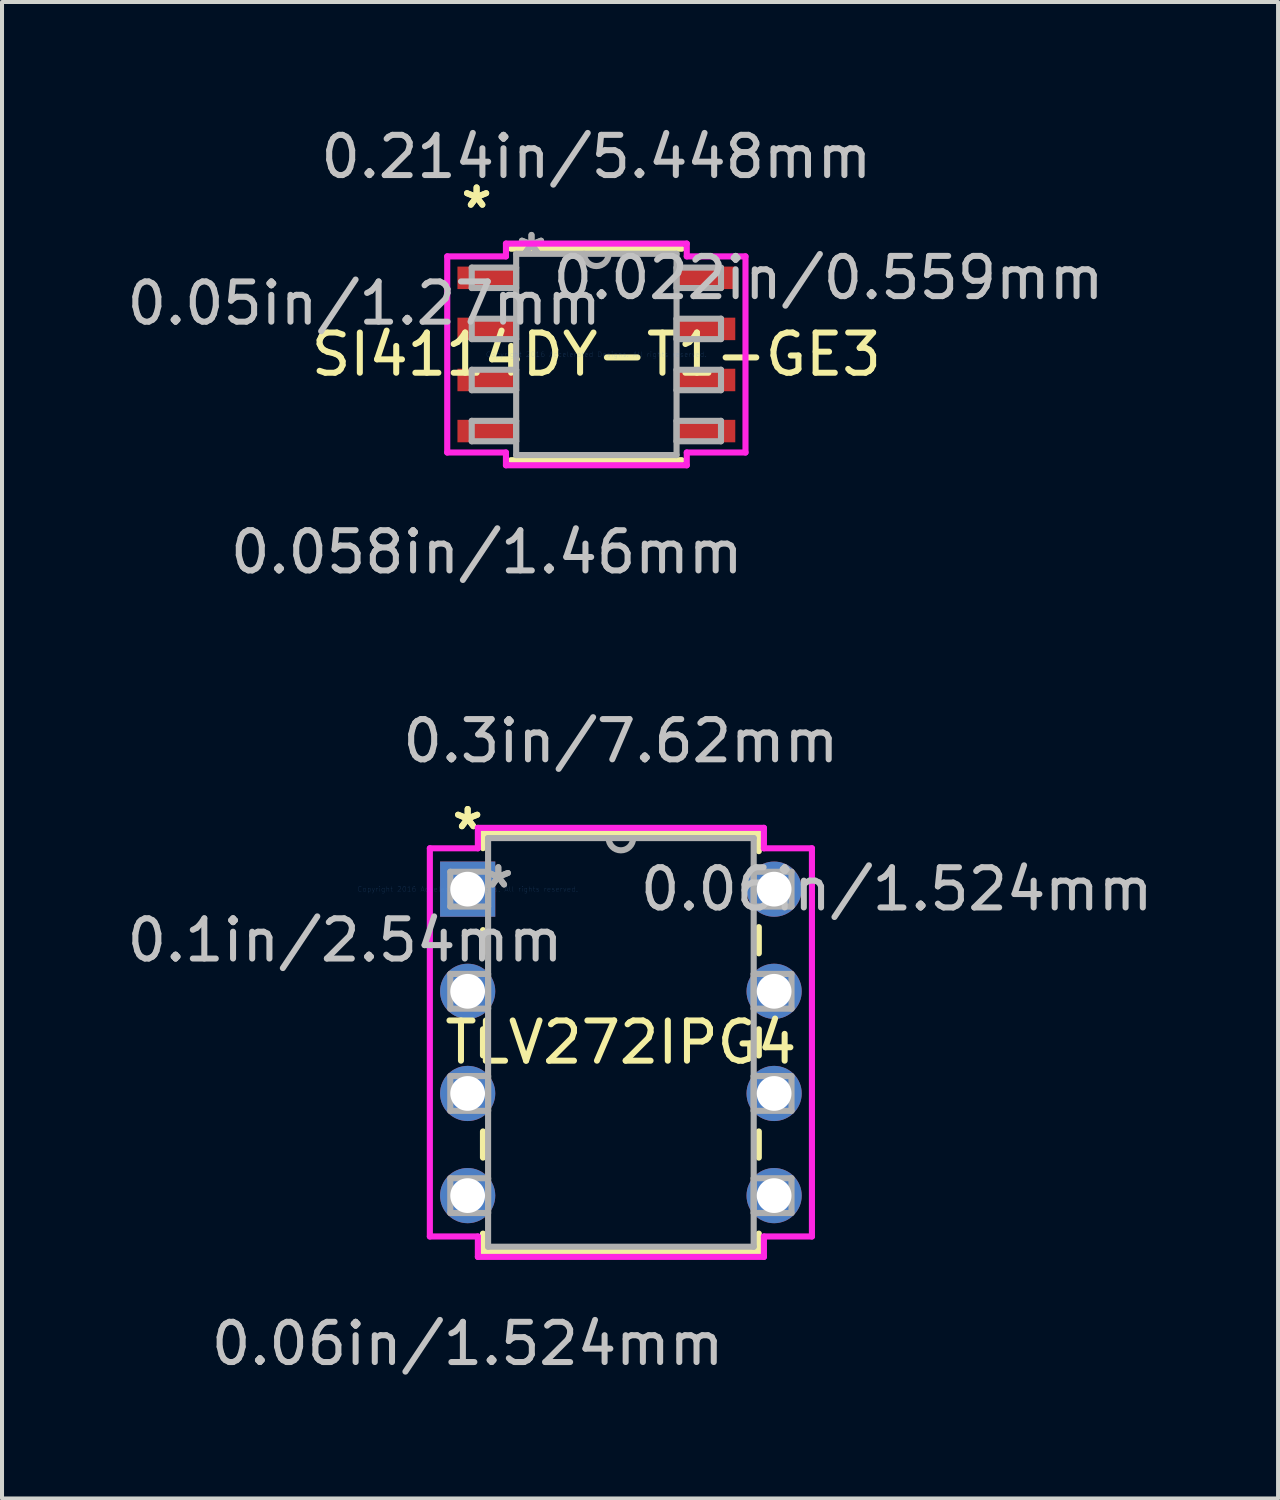
<source format=kicad_pcb>
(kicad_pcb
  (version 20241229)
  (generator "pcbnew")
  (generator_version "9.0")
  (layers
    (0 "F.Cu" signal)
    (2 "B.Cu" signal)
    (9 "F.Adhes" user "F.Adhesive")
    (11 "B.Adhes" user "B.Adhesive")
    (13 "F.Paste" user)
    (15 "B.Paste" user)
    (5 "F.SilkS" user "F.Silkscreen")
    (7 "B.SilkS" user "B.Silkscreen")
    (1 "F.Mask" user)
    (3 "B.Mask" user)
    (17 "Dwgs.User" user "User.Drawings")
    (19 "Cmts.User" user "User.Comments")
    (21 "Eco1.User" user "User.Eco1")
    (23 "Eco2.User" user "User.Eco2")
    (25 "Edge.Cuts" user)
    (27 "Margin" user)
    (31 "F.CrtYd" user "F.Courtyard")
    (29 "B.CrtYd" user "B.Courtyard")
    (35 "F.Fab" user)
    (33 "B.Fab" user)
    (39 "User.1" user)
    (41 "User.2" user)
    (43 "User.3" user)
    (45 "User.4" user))
  (footprint "TLV272IPG4"
    (layer "F.Cu")
    (at 8.578 19.058)
    (property "Reference" "TLV272IPG4" (at 3.81 3.81 0) (layer "F.SilkS") (effects (font (size 1 1) (thickness 0.15))))
    (attr through_hole)
    (fp_line (start 0.381 -1.397) (end 0.381 -1.019) (stroke (width 0.152) (type solid)) (layer "F.SilkS"))
    (fp_line (start 0.381 1.019) (end 0.381 1.595) (stroke (width 0.152) (type solid)) (layer "F.SilkS"))
    (fp_line (start 0.381 3.485) (end 0.381 4.135) (stroke (width 0.152) (type solid)) (layer "F.SilkS"))
    (fp_line (start 0.381 6.025) (end 0.381 6.675) (stroke (width 0.152) (type solid)) (layer "F.SilkS"))
    (fp_line (start 0.381 8.565) (end 0.381 9.017) (stroke (width 0.152) (type solid)) (layer "F.SilkS"))
    (fp_line (start 0.381 9.017) (end 7.239 9.017) (stroke (width 0.152) (type solid)) (layer "F.SilkS"))
    (fp_line (start 7.239 -1.397) (end 0.381 -1.397) (stroke (width 0.152) (type solid)) (layer "F.SilkS"))
    (fp_line (start 7.239 -0.945) (end 7.239 -1.397) (stroke (width 0.152) (type solid)) (layer "F.SilkS"))
    (fp_line (start 7.239 1.595) (end 7.239 0.945) (stroke (width 0.152) (type solid)) (layer "F.SilkS"))
    (fp_line (start 7.239 4.135) (end 7.239 3.485) (stroke (width 0.152) (type solid)) (layer "F.SilkS"))
    (fp_line (start 7.239 6.675) (end 7.239 6.025) (stroke (width 0.152) (type solid)) (layer "F.SilkS"))
    (fp_line (start 7.239 9.017) (end 7.239 8.565) (stroke (width 0.152) (type solid)) (layer "F.SilkS"))
    (fp_line (start -0.94 -1.016) (end -0.94 8.636) (stroke (width 0.152) (type solid)) (layer "F.CrtYd"))
    (fp_line (start -0.94 8.636) (end 0.254 8.636) (stroke (width 0.152) (type solid)) (layer "F.CrtYd"))
    (fp_line (start 0.254 -1.524) (end 0.254 -1.016) (stroke (width 0.152) (type solid)) (layer "F.CrtYd"))
    (fp_line (start 0.254 -1.016) (end -0.94 -1.016) (stroke (width 0.152) (type solid)) (layer "F.CrtYd"))
    (fp_line (start 0.254 8.636) (end 0.254 9.144) (stroke (width 0.152) (type solid)) (layer "F.CrtYd"))
    (fp_line (start 0.254 9.144) (end 7.366 9.144) (stroke (width 0.152) (type solid)) (layer "F.CrtYd"))
    (fp_line (start 7.366 -1.524) (end 0.254 -1.524) (stroke (width 0.152) (type solid)) (layer "F.CrtYd"))
    (fp_line (start 7.366 -1.016) (end 7.366 -1.524) (stroke (width 0.152) (type solid)) (layer "F.CrtYd"))
    (fp_line (start 7.366 8.636) (end 8.56 8.636) (stroke (width 0.152) (type solid)) (layer "F.CrtYd"))
    (fp_line (start 7.366 9.144) (end 7.366 8.636) (stroke (width 0.152) (type solid)) (layer "F.CrtYd"))
    (fp_line (start 8.56 -1.016) (end 7.366 -1.016) (stroke (width 0.152) (type solid)) (layer "F.CrtYd"))
    (fp_line (start 8.56 8.636) (end 8.56 -1.016) (stroke (width 0.152) (type solid)) (layer "F.CrtYd"))
    (fp_line (start -0.432 -0.432) (end -0.432 0.432) (stroke (width 0.152) (type solid)) (layer "F.Fab"))
    (fp_line (start -0.432 0.432) (end 0.508 0.432) (stroke (width 0.152) (type solid)) (layer "F.Fab"))
    (fp_line (start -0.432 2.108) (end -0.432 2.972) (stroke (width 0.152) (type solid)) (layer "F.Fab"))
    (fp_line (start -0.432 2.972) (end 0.508 2.972) (stroke (width 0.152) (type solid)) (layer "F.Fab"))
    (fp_line (start -0.432 4.648) (end -0.432 5.512) (stroke (width 0.152) (type solid)) (layer "F.Fab"))
    (fp_line (start -0.432 5.512) (end 0.508 5.512) (stroke (width 0.152) (type solid)) (layer "F.Fab"))
    (fp_line (start -0.432 7.188) (end -0.432 8.052) (stroke (width 0.152) (type solid)) (layer "F.Fab"))
    (fp_line (start -0.432 8.052) (end 0.508 8.052) (stroke (width 0.152) (type solid)) (layer "F.Fab"))
    (fp_line (start 0.508 -1.27) (end 0.508 8.89) (stroke (width 0.152) (type solid)) (layer "F.Fab"))
    (fp_line (start 0.508 -0.432) (end -0.432 -0.432) (stroke (width 0.152) (type solid)) (layer "F.Fab"))
    (fp_line (start 0.508 0.432) (end 0.508 -0.432) (stroke (width 0.152) (type solid)) (layer "F.Fab"))
    (fp_line (start 0.508 2.108) (end -0.432 2.108) (stroke (width 0.152) (type solid)) (layer "F.Fab"))
    (fp_line (start 0.508 2.972) (end 0.508 2.108) (stroke (width 0.152) (type solid)) (layer "F.Fab"))
    (fp_line (start 0.508 4.648) (end -0.432 4.648) (stroke (width 0.152) (type solid)) (layer "F.Fab"))
    (fp_line (start 0.508 5.512) (end 0.508 4.648) (stroke (width 0.152) (type solid)) (layer "F.Fab"))
    (fp_line (start 0.508 7.188) (end -0.432 7.188) (stroke (width 0.152) (type solid)) (layer "F.Fab"))
    (fp_line (start 0.508 8.052) (end 0.508 7.188) (stroke (width 0.152) (type solid)) (layer "F.Fab"))
    (fp_line (start 0.508 8.89) (end 7.112 8.89) (stroke (width 0.152) (type solid)) (layer "F.Fab"))
    (fp_line (start 7.112 -1.27) (end 0.508 -1.27) (stroke (width 0.152) (type solid)) (layer "F.Fab"))
    (fp_line (start 7.112 -0.432) (end 7.112 0.432) (stroke (width 0.152) (type solid)) (layer "F.Fab"))
    (fp_line (start 7.112 0.432) (end 8.052 0.432) (stroke (width 0.152) (type solid)) (layer "F.Fab"))
    (fp_line (start 7.112 2.108) (end 7.112 2.972) (stroke (width 0.152) (type solid)) (layer "F.Fab"))
    (fp_line (start 7.112 2.972) (end 8.052 2.972) (stroke (width 0.152) (type solid)) (layer "F.Fab"))
    (fp_line (start 7.112 4.648) (end 7.112 5.512) (stroke (width 0.152) (type solid)) (layer "F.Fab"))
    (fp_line (start 7.112 5.512) (end 8.052 5.512) (stroke (width 0.152) (type solid)) (layer "F.Fab"))
    (fp_line (start 7.112 7.188) (end 7.112 8.052) (stroke (width 0.152) (type solid)) (layer "F.Fab"))
    (fp_line (start 7.112 8.052) (end 8.052 8.052) (stroke (width 0.152) (type solid)) (layer "F.Fab"))
    (fp_line (start 7.112 8.89) (end 7.112 -1.27) (stroke (width 0.152) (type solid)) (layer "F.Fab"))
    (fp_line (start 8.052 -0.432) (end 7.112 -0.432) (stroke (width 0.152) (type solid)) (layer "F.Fab"))
    (fp_line (start 8.052 0.432) (end 8.052 -0.432) (stroke (width 0.152) (type solid)) (layer "F.Fab"))
    (fp_line (start 8.052 2.108) (end 7.112 2.108) (stroke (width 0.152) (type solid)) (layer "F.Fab"))
    (fp_line (start 8.052 2.972) (end 8.052 2.108) (stroke (width 0.152) (type solid)) (layer "F.Fab"))
    (fp_line (start 8.052 4.648) (end 7.112 4.648) (stroke (width 0.152) (type solid)) (layer "F.Fab"))
    (fp_line (start 8.052 5.512) (end 8.052 4.648) (stroke (width 0.152) (type solid)) (layer "F.Fab"))
    (fp_line (start 8.052 7.188) (end 7.112 7.188) (stroke (width 0.152) (type solid)) (layer "F.Fab"))
    (fp_line (start 8.052 8.052) (end 8.052 7.188) (stroke (width 0.152) (type solid)) (layer "F.Fab"))
    (fp_arc (start 4.1148 -1.27) (mid 3.81 -0.9652) (end 3.5052 -1.27) (stroke (width 0.1524) (type solid)) (layer "F.Fab"))
    (fp_text user "*" (at 0 -1.448 0) (layer "F.SilkS") (effects (font (size 1 1) (thickness 0.15))))
    (fp_text user "*" (at 0 -1.448 0) (layer "F.SilkS") (effects (font (size 1 1) (thickness 0.15))))
    (fp_text user "0.3in/7.62mm" (at 3.81 -3.683 0) (layer "Dwgs.User") (effects (font (size 1 1) (thickness 0.15))))
    (fp_text user "0.06in/1.524mm" (at 10.668 0 0) (layer "Dwgs.User") (effects (font (size 1 1) (thickness 0.15))))
    (fp_text user "0.1in/2.54mm" (at -3.048 1.27 0) (layer "Dwgs.User") (effects (font (size 1 1) (thickness 0.15))))
    (fp_text user "0.06in/1.524mm" (at 0 11.303 0) (layer "Dwgs.User") (effects (font (size 1 1) (thickness 0.15))))
    (fp_text user "Copyright 2016 Accelerated Designs. All rights reserved." (at 0 0 0) (layer "Cmts.User") (effects (font (size 0.127 0.127) (thickness 0.002))))
    (fp_text user "*" (at 0.762 0 0) (layer "F.Fab") (effects (font (size 1 1) (thickness 0.15))))
    (fp_text user "*" (at 0.762 0 0) (layer "F.Fab") (effects (font (size 1 1) (thickness 0.15))))
    (pad "1" thru_hole rect (at 0 0) (size 1.372 1.372) (drill 0.864) (layers "*.Cu" "*.Mask"))
    (pad "2" thru_hole circle (at 0 2.54) (size 1.372 1.372) (drill 0.864) (layers "*.Cu" "*.Mask"))
    (pad "3" thru_hole circle (at 0 5.08) (size 1.372 1.372) (drill 0.864) (layers "*.Cu" "*.Mask"))
    (pad "4" thru_hole circle (at 0 7.62) (size 1.372 1.372) (drill 0.864) (layers "*.Cu" "*.Mask"))
    (pad "5" thru_hole circle (at 7.62 7.62) (size 1.372 1.372) (drill 0.864) (layers "*.Cu" "*.Mask"))
    (pad "6" thru_hole circle (at 7.62 5.08) (size 1.372 1.372) (drill 0.864) (layers "*.Cu" "*.Mask"))
    (pad "7" thru_hole circle (at 7.62 2.54) (size 1.372 1.372) (drill 0.864) (layers "*.Cu" "*.Mask"))
    (pad "8" thru_hole circle (at 7.62 0) (size 1.372 1.372) (drill 0.864) (layers "*.Cu" "*.Mask")))
  (footprint "SI4114DY-T1-GE3"
    (layer "F.Cu")
    (at 11.778 5.763)
    (property "Reference" "SI4114DY-T1-GE3" (at 0 0 0) (layer "F.SilkS") (effects (font (size 1 1) (thickness 0.15))))
    (attr through_hole)
    (fp_line (start -2.121 2.629) (end 2.121 2.629) (stroke (width 0.152) (type solid)) (layer "F.SilkS"))
    (fp_line (start 2.121 -2.629) (end -2.121 -2.629) (stroke (width 0.152) (type solid)) (layer "F.SilkS"))
    (fp_line (start -3.708 -2.438) (end -2.248 -2.438) (stroke (width 0.152) (type solid)) (layer "F.CrtYd"))
    (fp_line (start -3.708 2.438) (end -3.708 -2.438) (stroke (width 0.152) (type solid)) (layer "F.CrtYd"))
    (fp_line (start -2.248 -2.756) (end 2.248 -2.756) (stroke (width 0.152) (type solid)) (layer "F.CrtYd"))
    (fp_line (start -2.248 -2.438) (end -2.248 -2.756) (stroke (width 0.152) (type solid)) (layer "F.CrtYd"))
    (fp_line (start -2.248 2.438) (end -3.708 2.438) (stroke (width 0.152) (type solid)) (layer "F.CrtYd"))
    (fp_line (start -2.248 2.756) (end -2.248 2.438) (stroke (width 0.152) (type solid)) (layer "F.CrtYd"))
    (fp_line (start 2.248 -2.756) (end 2.248 -2.438) (stroke (width 0.152) (type solid)) (layer "F.CrtYd"))
    (fp_line (start 2.248 -2.438) (end 3.708 -2.438) (stroke (width 0.152) (type solid)) (layer "F.CrtYd"))
    (fp_line (start 2.248 2.438) (end 2.248 2.756) (stroke (width 0.152) (type solid)) (layer "F.CrtYd"))
    (fp_line (start 2.248 2.756) (end -2.248 2.756) (stroke (width 0.152) (type solid)) (layer "F.CrtYd"))
    (fp_line (start 3.708 -2.438) (end 3.708 2.438) (stroke (width 0.152) (type solid)) (layer "F.CrtYd"))
    (fp_line (start 3.708 2.438) (end 2.248 2.438) (stroke (width 0.152) (type solid)) (layer "F.CrtYd"))
    (fp_line (start -3.099 -2.159) (end -3.099 -1.651) (stroke (width 0.152) (type solid)) (layer "F.Fab"))
    (fp_line (start -3.099 -1.651) (end -1.994 -1.651) (stroke (width 0.152) (type solid)) (layer "F.Fab"))
    (fp_line (start -3.099 -0.889) (end -3.099 -0.381) (stroke (width 0.152) (type solid)) (layer "F.Fab"))
    (fp_line (start -3.099 -0.381) (end -1.994 -0.381) (stroke (width 0.152) (type solid)) (layer "F.Fab"))
    (fp_line (start -3.099 0.381) (end -3.099 0.889) (stroke (width 0.152) (type solid)) (layer "F.Fab"))
    (fp_line (start -3.099 0.889) (end -1.994 0.889) (stroke (width 0.152) (type solid)) (layer "F.Fab"))
    (fp_line (start -3.099 1.651) (end -3.099 2.159) (stroke (width 0.152) (type solid)) (layer "F.Fab"))
    (fp_line (start -3.099 2.159) (end -1.994 2.159) (stroke (width 0.152) (type solid)) (layer "F.Fab"))
    (fp_line (start -1.994 -2.502) (end -1.994 2.502) (stroke (width 0.152) (type solid)) (layer "F.Fab"))
    (fp_line (start -1.994 -2.159) (end -3.099 -2.159) (stroke (width 0.152) (type solid)) (layer "F.Fab"))
    (fp_line (start -1.994 -1.651) (end -1.994 -2.159) (stroke (width 0.152) (type solid)) (layer "F.Fab"))
    (fp_line (start -1.994 -0.889) (end -3.099 -0.889) (stroke (width 0.152) (type solid)) (layer "F.Fab"))
    (fp_line (start -1.994 -0.381) (end -1.994 -0.889) (stroke (width 0.152) (type solid)) (layer "F.Fab"))
    (fp_line (start -1.994 0.381) (end -3.099 0.381) (stroke (width 0.152) (type solid)) (layer "F.Fab"))
    (fp_line (start -1.994 0.889) (end -1.994 0.381) (stroke (width 0.152) (type solid)) (layer "F.Fab"))
    (fp_line (start -1.994 1.651) (end -3.099 1.651) (stroke (width 0.152) (type solid)) (layer "F.Fab"))
    (fp_line (start -1.994 2.159) (end -1.994 1.651) (stroke (width 0.152) (type solid)) (layer "F.Fab"))
    (fp_line (start -1.994 2.502) (end 1.994 2.502) (stroke (width 0.152) (type solid)) (layer "F.Fab"))
    (fp_line (start 1.994 -2.502) (end -1.994 -2.502) (stroke (width 0.152) (type solid)) (layer "F.Fab"))
    (fp_line (start 1.994 -2.159) (end 1.994 -1.651) (stroke (width 0.152) (type solid)) (layer "F.Fab"))
    (fp_line (start 1.994 -1.651) (end 3.099 -1.651) (stroke (width 0.152) (type solid)) (layer "F.Fab"))
    (fp_line (start 1.994 -0.889) (end 1.994 -0.381) (stroke (width 0.152) (type solid)) (layer "F.Fab"))
    (fp_line (start 1.994 -0.381) (end 3.099 -0.381) (stroke (width 0.152) (type solid)) (layer "F.Fab"))
    (fp_line (start 1.994 0.381) (end 1.994 0.889) (stroke (width 0.152) (type solid)) (layer "F.Fab"))
    (fp_line (start 1.994 0.889) (end 3.099 0.889) (stroke (width 0.152) (type solid)) (layer "F.Fab"))
    (fp_line (start 1.994 1.651) (end 1.994 2.159) (stroke (width 0.152) (type solid)) (layer "F.Fab"))
    (fp_line (start 1.994 2.159) (end 3.099 2.159) (stroke (width 0.152) (type solid)) (layer "F.Fab"))
    (fp_line (start 1.994 2.502) (end 1.994 -2.502) (stroke (width 0.152) (type solid)) (layer "F.Fab"))
    (fp_line (start 3.099 -2.159) (end 1.994 -2.159) (stroke (width 0.152) (type solid)) (layer "F.Fab"))
    (fp_line (start 3.099 -1.651) (end 3.099 -2.159) (stroke (width 0.152) (type solid)) (layer "F.Fab"))
    (fp_line (start 3.099 -0.889) (end 1.994 -0.889) (stroke (width 0.152) (type solid)) (layer "F.Fab"))
    (fp_line (start 3.099 -0.381) (end 3.099 -0.889) (stroke (width 0.152) (type solid)) (layer "F.Fab"))
    (fp_line (start 3.099 0.381) (end 1.994 0.381) (stroke (width 0.152) (type solid)) (layer "F.Fab"))
    (fp_line (start 3.099 0.889) (end 3.099 0.381) (stroke (width 0.152) (type solid)) (layer "F.Fab"))
    (fp_line (start 3.099 1.651) (end 1.994 1.651) (stroke (width 0.152) (type solid)) (layer "F.Fab"))
    (fp_line (start 3.099 2.159) (end 3.099 1.651) (stroke (width 0.152) (type solid)) (layer "F.Fab"))
    (fp_arc (start 0.3048 -2.5019) (mid 0 -2.1971) (end -0.3048 -2.5019) (stroke (width 0.1524) (type solid)) (layer "F.Fab"))
    (fp_text user "*" (at -2.978 -3.607 0) (layer "F.SilkS") (effects (font (size 1 1) (thickness 0.15))))
    (fp_text user "*" (at -2.978 -3.607 0) (layer "F.SilkS") (effects (font (size 1 1) (thickness 0.15))))
    (fp_text user "0.214in/5.448mm" (at 0 -4.915 0) (layer "Dwgs.User") (effects (font (size 1 1) (thickness 0.15))))
    (fp_text user "0.05in/1.27mm" (at -5.772 -1.27 0) (layer "Dwgs.User") (effects (font (size 1 1) (thickness 0.15))))
    (fp_text user "0.058in/1.46mm" (at -2.724 4.915 0) (layer "Dwgs.User") (effects (font (size 1 1) (thickness 0.15))))
    (fp_text user "0.022in/0.559mm" (at 5.772 -1.905 0) (layer "Dwgs.User") (effects (font (size 1 1) (thickness 0.15))))
    (fp_text user "Copyright 2016 Accelerated Designs. All rights reserved." (at 0 0 0) (layer "Cmts.User") (effects (font (size 0.127 0.127) (thickness 0.002))))
    (fp_text user "*" (at -1.613 -2.426 0) (layer "F.Fab") (effects (font (size 1 1) (thickness 0.15))))
    (fp_text user "*" (at -1.613 -2.426 0) (layer "F.Fab") (effects (font (size 1 1) (thickness 0.15))))
    (pad "1" smd rect (at -2.724 -1.905) (size 1.46 0.559) (layers "F.Cu" "F.Mask" "F.Paste"))
    (pad "2" smd rect (at -2.724 -0.635) (size 1.46 0.559) (layers "F.Cu" "F.Mask" "F.Paste"))
    (pad "3" smd rect (at -2.724 0.635) (size 1.46 0.559) (layers "F.Cu" "F.Mask" "F.Paste"))
    (pad "4" smd rect (at -2.724 1.905) (size 1.46 0.559) (layers "F.Cu" "F.Mask" "F.Paste"))
    (pad "5" smd rect (at 2.724 1.905) (size 1.46 0.559) (layers "F.Cu" "F.Mask" "F.Paste"))
    (pad "6" smd rect (at 2.724 0.635) (size 1.46 0.559) (layers "F.Cu" "F.Mask" "F.Paste"))
    (pad "7" smd rect (at 2.724 -0.635) (size 1.46 0.559) (layers "F.Cu" "F.Mask" "F.Paste"))
    (pad "8" smd rect (at 2.724 -1.905) (size 1.46 0.559) (layers "F.Cu" "F.Mask" "F.Paste")))
  (gr_rect
    (start -3 -3)
    (end 28.728 34.209)
    (stroke (width 0.1) (type default))
    (fill no)
    (layer "Edge.Cuts")))
</source>
